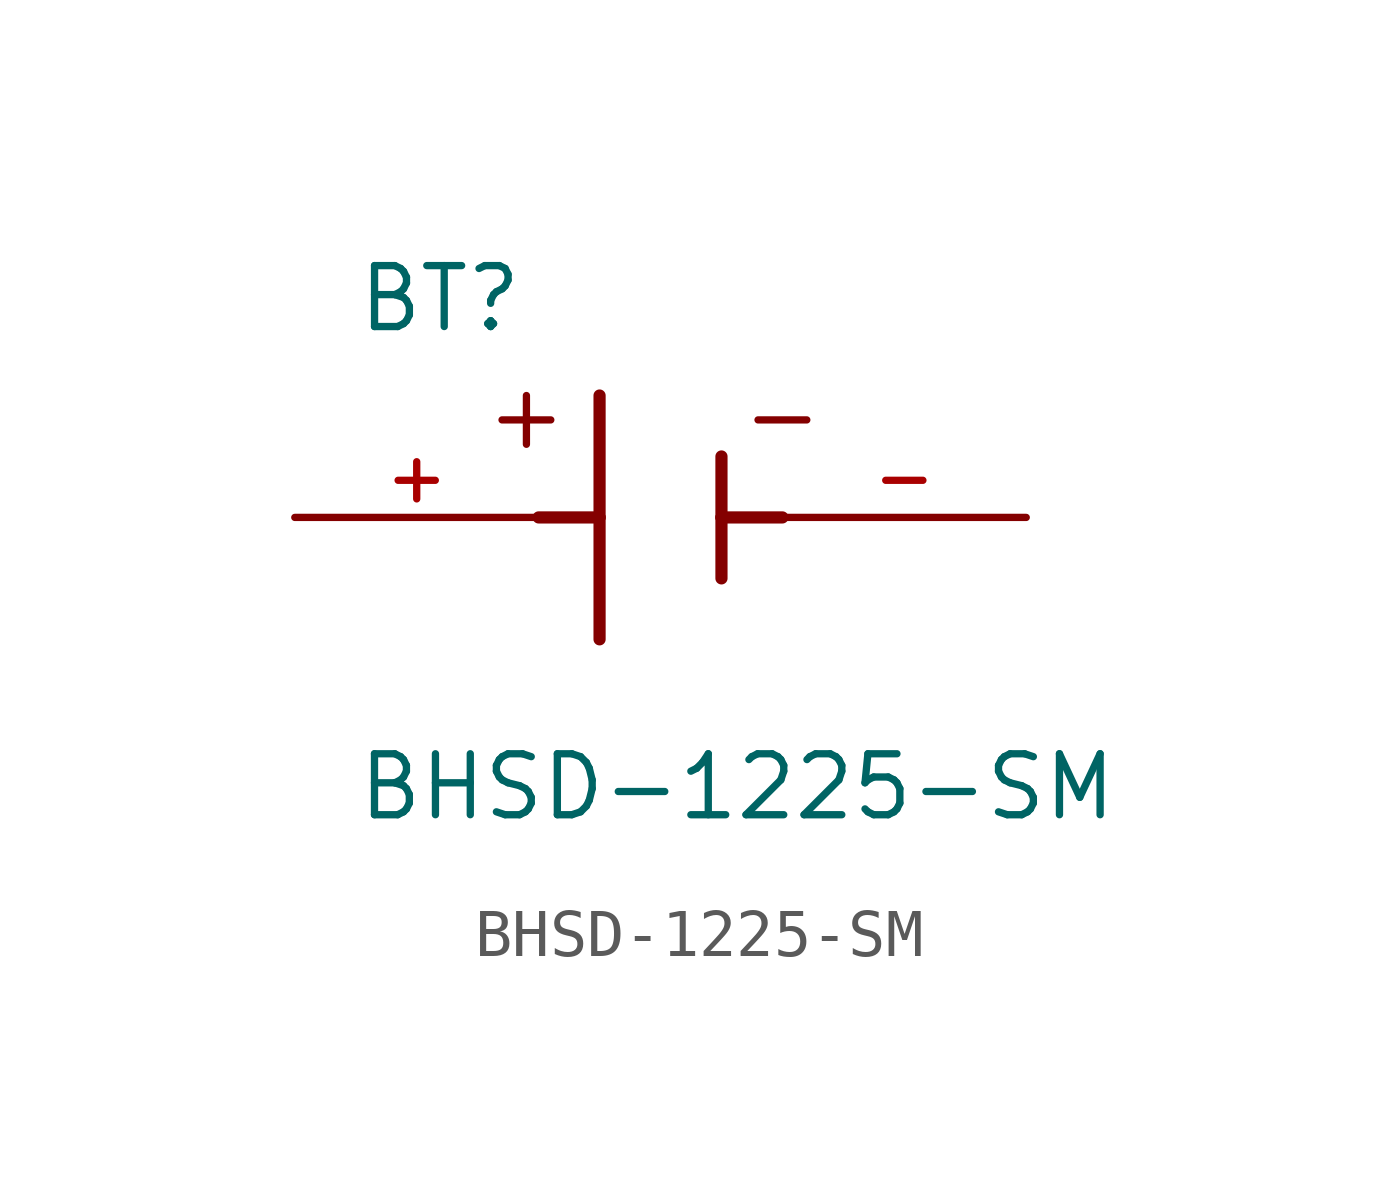
<source format=kicad_sym>
(kicad_symbol_lib
  (version 20211014)
  (generator kicad_symbol_editor)
  (symbol "BHSD-1225-SM"
    (pin_names
      (offset 1.016))
    (property "Reference" "BT"
      (at -6.361 3.814 0)
      (effects (font (size 1.27 1.27)) (justify bottom left)))
    (property "Value" "BHSD-1225-SM"
      (at -6.362 -6.358 0)
      (effects (font (size 1.27 1.27)) (justify bottom left)))
    (symbol "BHSD-1225-SM_0_0"
      (polyline (pts (xy -1.27 2.54) (xy -1.27 0.0)) (stroke (width 0.254)))
      (polyline (pts (xy -1.27 0.0) (xy -1.27 -2.54)) (stroke (width 0.254)))
      (polyline (pts (xy 1.27 1.27) (xy 1.27 0.0)) (stroke (width 0.254)))
      (polyline (pts (xy 1.27 0.0) (xy 1.27 -1.27)) (stroke (width 0.254)))
      (polyline (pts (xy -2.54 0.0) (xy -1.27 0.0)) (stroke (width 0.254)))
      (polyline (pts (xy 1.27 0.0) (xy 2.54 0.0)) (stroke (width 0.254)))
      (polyline (pts (xy -2.794 2.54) (xy -2.794 1.524)) (stroke (width 0.152)))
      (polyline (pts (xy -3.302 2.032) (xy -2.286 2.032)) (stroke (width 0.152)))
      (polyline (pts (xy 2.032 2.032) (xy 3.048 2.032)) (stroke (width 0.152)))
      (pin passive line (at -7.62 0.0 0) (length 5.08) (name "~" (effects (font (size 1.016 1.016)))) (number "+" (effects (font (size 1.016 1.016)))))
      (pin passive line (at 7.62 0.0 180.0) (length 5.08) (name "~" (effects (font (size 1.016 1.016)))) (number "-" (effects (font (size 1.016 1.016))))))))
</source>
